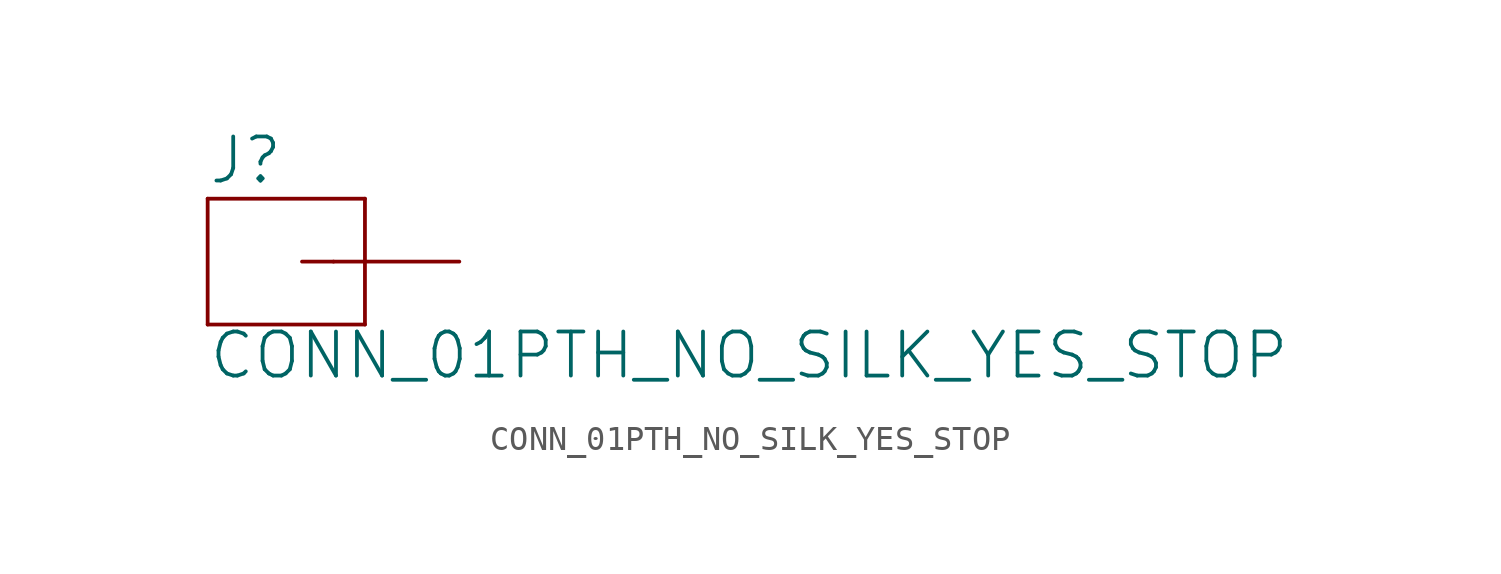
<source format=kicad_sym>
(kicad_symbol_lib
  (version 20211014)
  (generator kicad_symbol_editor)
  (symbol "CONN_01PTH_NO_SILK_YES_STOP"
    (pin_names
      (offset 1.016))
    (property "Reference" "J"
      (at -2.54 3.048 0)
      (effects (font (size 1.778 1.778)) (justify left bottom)))
    (property "Value" "CONN_01PTH_NO_SILK_YES_STOP"
      (at -2.54 -4.826 0)
      (effects (font (size 1.778 1.778)) (justify left bottom)))
    (property "ki_locked" ""
      (at 0 0 0)
      (effects (font (size 1.27 1.27))))
    (symbol "CONN_01PTH_NO_SILK_YES_STOP_1_0"
      (polyline (pts (xy -2.54 2.54) (xy -2.54 -2.54)) (stroke (width 0) (type default) (color 0 0 0 0)) (fill (type none)))
      (polyline (pts (xy -2.54 2.54) (xy 3.81 2.54)) (stroke (width 0) (type default) (color 0 0 0 0)) (fill (type none)))
      (polyline (pts (xy 1.27 0) (xy 2.54 0)) (stroke (width 0) (type default) (color 0 0 0 0)) (fill (type none)))
      (polyline (pts (xy 3.81 -2.54) (xy -2.54 -2.54)) (stroke (width 0) (type default) (color 0 0 0 0)) (fill (type none)))
      (polyline (pts (xy 3.81 -2.54) (xy 3.81 2.54)) (stroke (width 0) (type default) (color 0 0 0 0)) (fill (type none)))
      (pin passive line (at 7.62 0 180) (length 5.08) (name "1" (effects (font (size 0 0)))) (number "1" (effects (font (size 0 0))))))))
</source>
